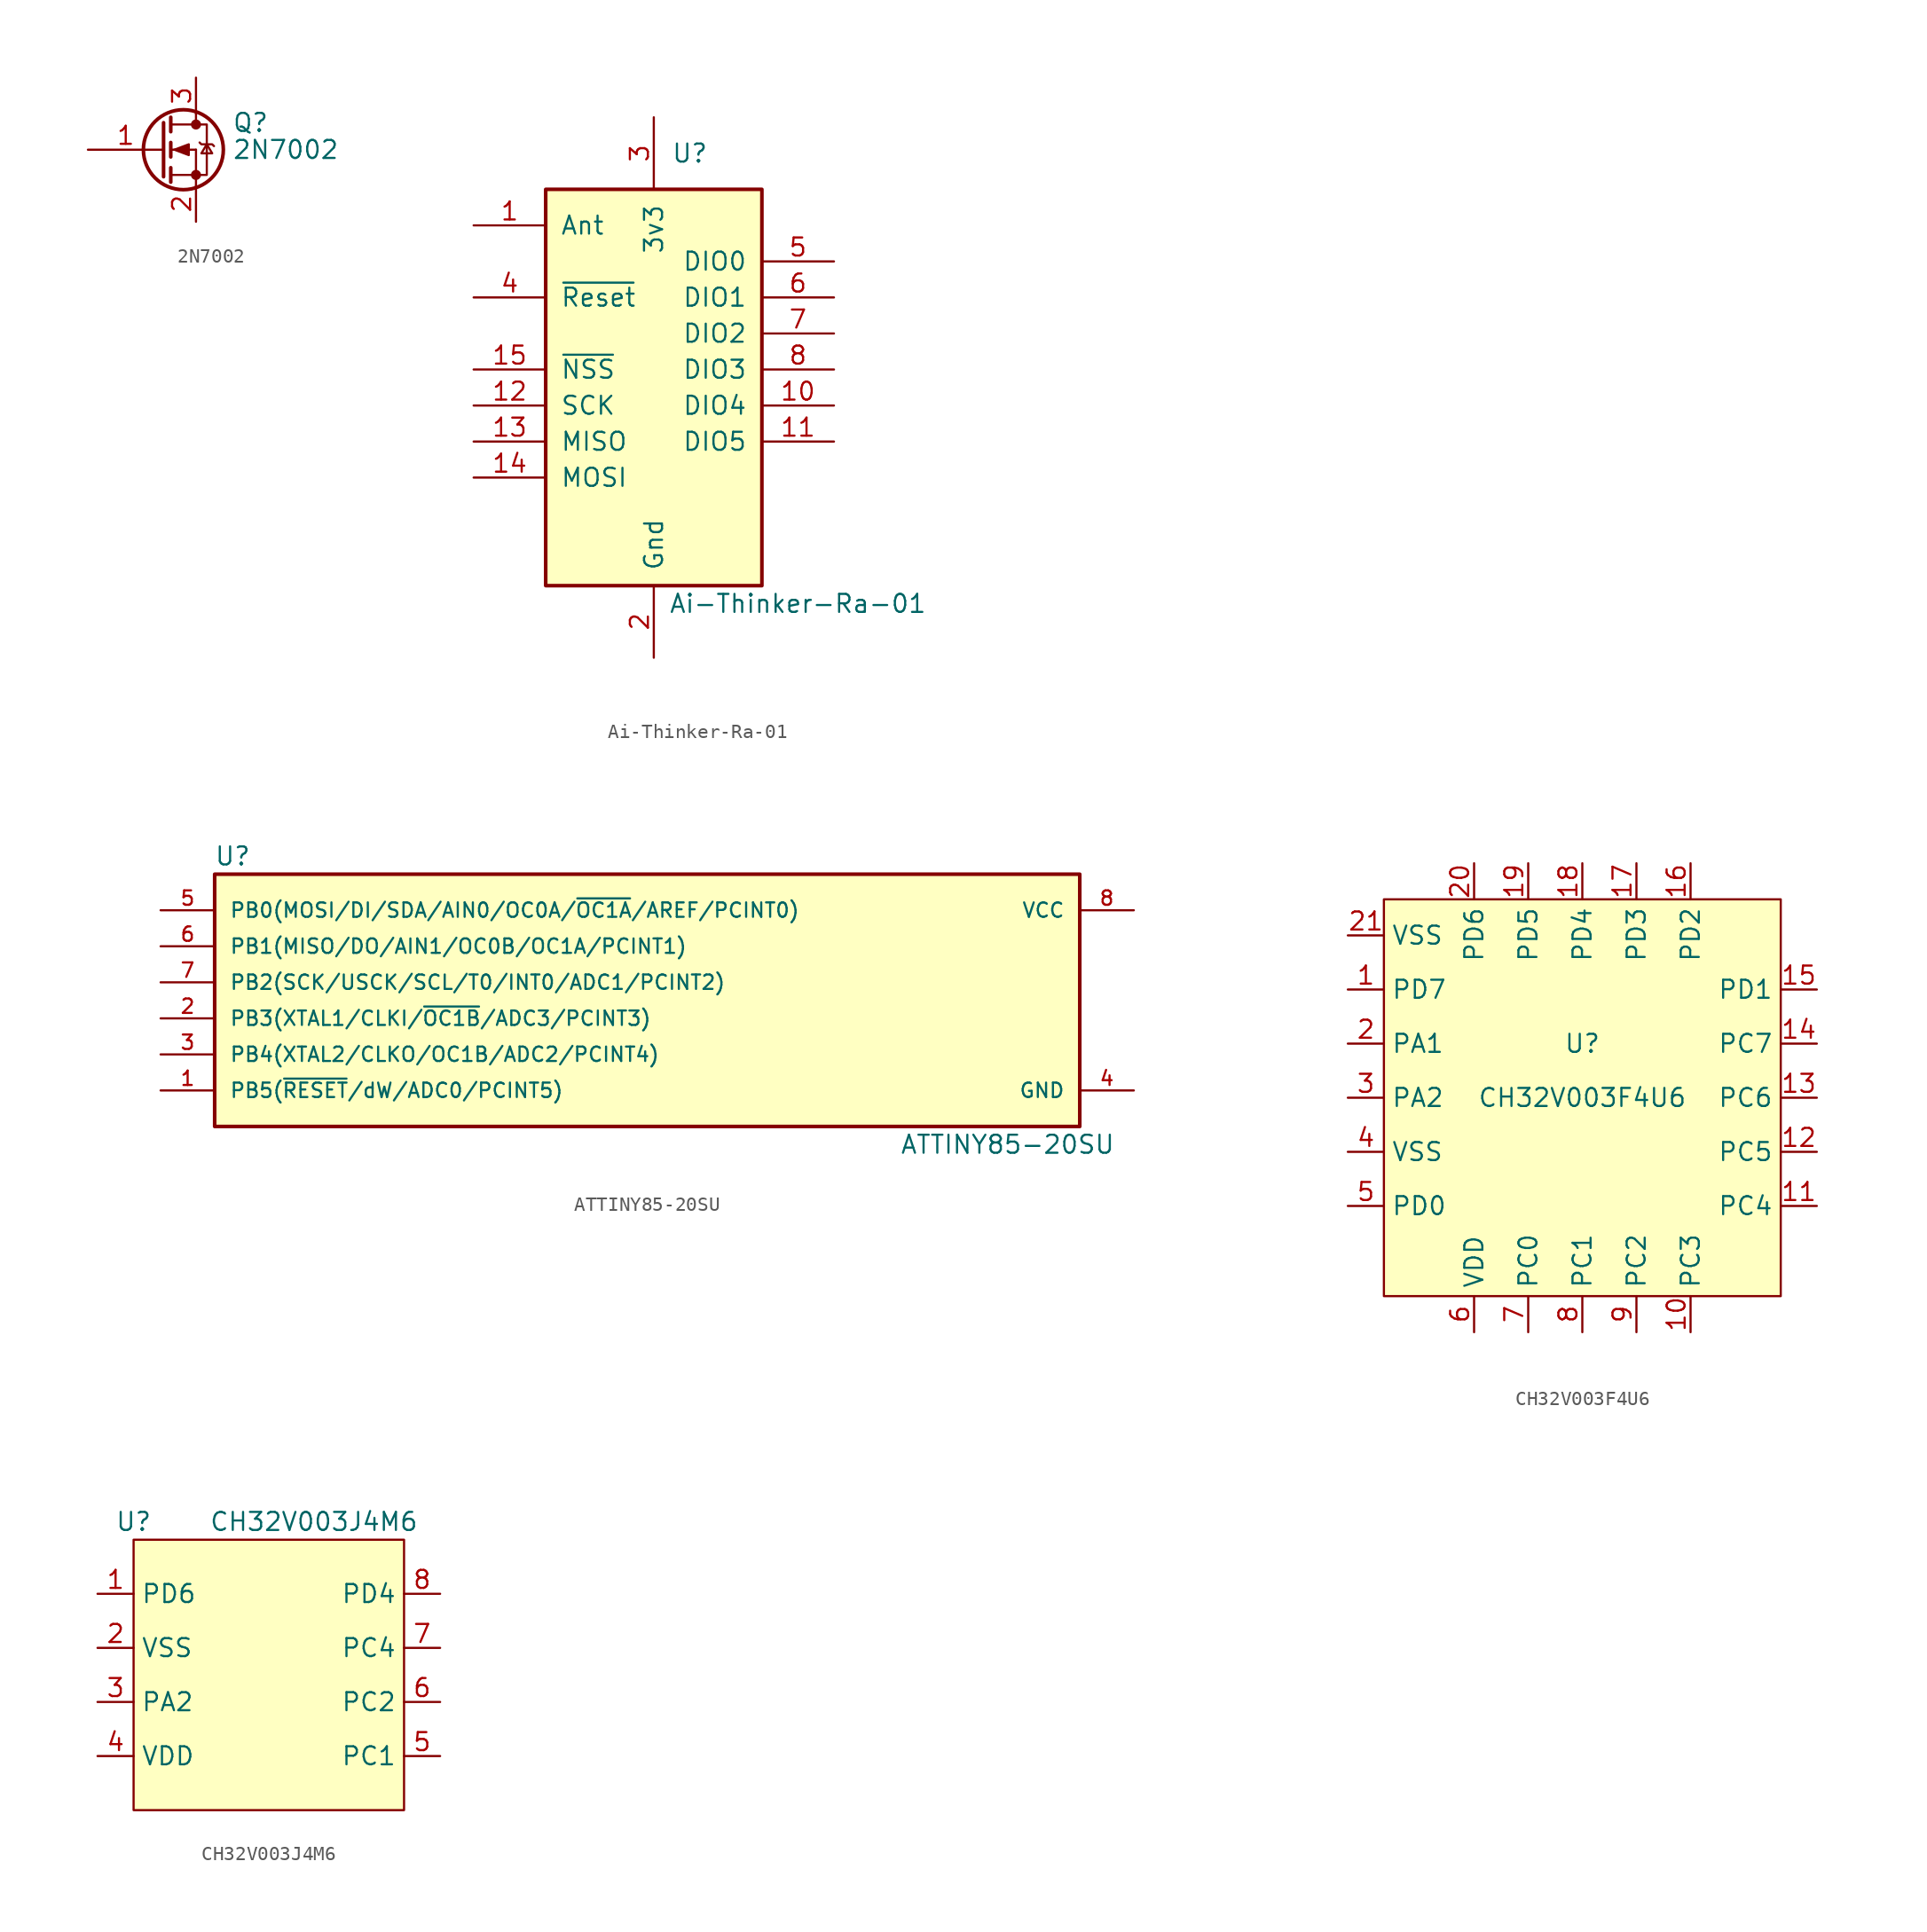
<source format=kicad_sym>
(kicad_symbol_lib
  (version 20231120)
  (generator "kicad_symbol_editor")
  (generator_version "8.0")
  (symbol "2N7002"
    (pin_names
      (offset 0) hide)
    (property "Reference" "Q"
      (at 5.08 1.905 0)
      (effects (font (size 1.27 1.27)) (justify left)))
    (property "Value" "2N7002"
      (at 5.08 0 0)
      (effects (font (size 1.27 1.27)) (justify left)))
    (symbol "2N7002_0_1"
      (polyline (pts (xy 0.762 -1.778) (xy 2.54 -1.778)) (stroke (width 0) (type default)) (fill (type none)))
      (polyline (pts (xy 0.762 -1.27) (xy 0.762 -2.286)) (stroke (width 0.254) (type default)) (fill (type none)))
      (polyline (pts (xy 0.762 0) (xy 2.54 0)) (stroke (width 0) (type default)) (fill (type none)))
      (polyline (pts (xy 0.762 0.508) (xy 0.762 -0.508)) (stroke (width 0.254) (type default)) (fill (type none)))
      (polyline (pts (xy 0.762 1.778) (xy 2.54 1.778)) (stroke (width 0) (type default)) (fill (type none)))
      (polyline (pts (xy 0.762 2.286) (xy 0.762 1.27)) (stroke (width 0.254) (type default)) (fill (type none)))
      (polyline (pts (xy 2.54 -1.778) (xy 2.54 -2.54)) (stroke (width 0) (type default)) (fill (type none)))
      (polyline (pts (xy 2.54 -1.778) (xy 2.54 0)) (stroke (width 0) (type default)) (fill (type none)))
      (polyline (pts (xy 2.54 2.54) (xy 2.54 1.778)) (stroke (width 0) (type default)) (fill (type none)))
      (polyline (pts (xy 0.254 1.905) (xy 0.254 -1.905) (xy 0.254 -1.905)) (stroke (width 0.254) (type default)) (fill (type none)))
      (polyline (pts (xy 1.016 0) (xy 2.032 0.381) (xy 2.032 -0.381) (xy 1.016 0)) (stroke (width 0) (type default)) (fill (type outline)))
      (polyline (pts (xy 2.54 -1.778) (xy 3.302 -1.778) (xy 3.302 1.778) (xy 2.54 1.778)) (stroke (width 0) (type default)) (fill (type none)))
      (polyline (pts (xy 2.794 0.508) (xy 2.921 0.381) (xy 3.683 0.381) (xy 3.81 0.254)) (stroke (width 0) (type default)) (fill (type none)))
      (polyline (pts (xy 3.302 0.381) (xy 2.921 -0.254) (xy 3.683 -0.254) (xy 3.302 0.381)) (stroke (width 0) (type default)) (fill (type none)))
      (circle (center 1.651 0) (radius 2.819) (stroke (width 0.254) (type default)) (fill (type none)))
      (circle (center 2.54 -1.778) (radius 0.279) (stroke (width 0) (type default)) (fill (type outline)))
      (circle (center 2.54 1.778) (radius 0.279) (stroke (width 0) (type default)) (fill (type outline))))
    (symbol "2N7002_1_1"
      (pin input line (at -5.08 0 0) (length 5.334) (name "G" (effects (font (size 1.27 1.27)))) (number "1" (effects (font (size 1.27 1.27)))))
      (pin passive line (at 2.54 -5.08 90) (length 2.54) (name "S" (effects (font (size 1.27 1.27)))) (number "2" (effects (font (size 1.27 1.27)))))
      (pin passive line (at 2.54 5.08 270) (length 2.54) (name "D" (effects (font (size 1.27 1.27)))) (number "3" (effects (font (size 1.27 1.27)))))))
  (symbol "Ai-Thinker-Ra-01"
    (pin_names
      (offset 1.016))
    (property "Reference" "U"
      (at 2.54 17.78 0)
      (effects (font (size 1.27 1.27))))
    (property "Value" "Ai-Thinker-Ra-01"
      (at 10.16 -13.97 0)
      (effects (font (size 1.27 1.27))))
    (symbol "Ai-Thinker-Ra-01_0_1"
      (rectangle (start -7.62 15.24) (end 7.62 -12.7) (stroke (width 0.254) (type default)) (fill (type background))))
    (symbol "Ai-Thinker-Ra-01_1_1"
      (pin input line (at -12.7 12.7 0) (length 5.08) (name "Ant" (effects (font (size 1.27 1.27)))) (number "1" (effects (font (size 1.27 1.27)))))
      (pin bidirectional line (at 12.7 0 180) (length 5.08) (name "DIO4" (effects (font (size 1.27 1.27)))) (number "10" (effects (font (size 1.27 1.27)))))
      (pin bidirectional line (at 12.7 -2.54 180) (length 5.08) (name "DIO5" (effects (font (size 1.27 1.27)))) (number "11" (effects (font (size 1.27 1.27)))))
      (pin bidirectional line (at -12.7 0 0) (length 5.08) (name "SCK" (effects (font (size 1.27 1.27)))) (number "12" (effects (font (size 1.27 1.27)))))
      (pin output line (at -12.7 -2.54 0) (length 5.08) (name "MISO" (effects (font (size 1.27 1.27)))) (number "13" (effects (font (size 1.27 1.27)))))
      (pin input line (at -12.7 -5.08 0) (length 5.08) (name "MOSI" (effects (font (size 1.27 1.27)))) (number "14" (effects (font (size 1.27 1.27)))))
      (pin input line (at -12.7 2.54 0) (length 5.08) (name "~{NSS}" (effects (font (size 1.27 1.27)))) (number "15" (effects (font (size 1.27 1.27)))))
      (pin passive line (at 0 -17.78 90) (length 5.08) hide (name "Gnd" (effects (font (size 1.27 1.27)))) (number "16" (effects (font (size 1.27 1.27)))))
      (pin power_in line (at 0 -17.78 90) (length 5.08) (name "Gnd" (effects (font (size 1.27 1.27)))) (number "2" (effects (font (size 1.27 1.27)))))
      (pin power_in line (at 0 20.32 270) (length 5.08) (name "3v3" (effects (font (size 1.27 1.27)))) (number "3" (effects (font (size 1.27 1.27)))))
      (pin input line (at -12.7 7.62 0) (length 5.08) (name "~{Reset}" (effects (font (size 1.27 1.27)))) (number "4" (effects (font (size 1.27 1.27)))))
      (pin bidirectional line (at 12.7 10.16 180) (length 5.08) (name "DIO0" (effects (font (size 1.27 1.27)))) (number "5" (effects (font (size 1.27 1.27)))))
      (pin bidirectional line (at 12.7 7.62 180) (length 5.08) (name "DIO1" (effects (font (size 1.27 1.27)))) (number "6" (effects (font (size 1.27 1.27)))))
      (pin bidirectional line (at 12.7 5.08 180) (length 5.08) (name "DIO2" (effects (font (size 1.27 1.27)))) (number "7" (effects (font (size 1.27 1.27)))))
      (pin bidirectional line (at 12.7 2.54 180) (length 5.08) (name "DIO3" (effects (font (size 1.27 1.27)))) (number "8" (effects (font (size 1.27 1.27)))))
      (pin passive line (at 0 -17.78 90) (length 5.08) hide (name "Gnd" (effects (font (size 1.27 1.27)))) (number "9" (effects (font (size 1.27 1.27)))))))
  (symbol "ATTINY85-20SU"
    (pin_names
      (offset 1.016))
    (property "Reference" "U"
      (at -29.21 10.16 0)
      (effects (font (size 1.27 1.27))))
    (property "Value" "ATTINY85-20SU"
      (at 25.4 -10.16 0)
      (effects (font (size 1.27 1.27))))
    (symbol "ATTINY85-20SU_0_1"
      (rectangle (start -30.48 8.89) (end 30.48 -8.89) (stroke (width 0.254) (type default)) (fill (type background))))
    (symbol "ATTINY85-20SU_1_1"
      (pin bidirectional line (at -34.29 -6.35 0) (length 3.81) (name "PB5(~{RESET}/dW/ADC0/PCINT5)" (effects (font (size 1.016 1.016)))) (number "1" (effects (font (size 1.016 1.016)))))
      (pin bidirectional line (at -34.29 -1.27 0) (length 3.81) (name "PB3(XTAL1/CLKI/~{OC1B}/ADC3/PCINT3)" (effects (font (size 1.016 1.016)))) (number "2" (effects (font (size 1.016 1.016)))))
      (pin bidirectional line (at -34.29 -3.81 0) (length 3.81) (name "PB4(XTAL2/CLKO/OC1B/ADC2/PCINT4)" (effects (font (size 1.016 1.016)))) (number "3" (effects (font (size 1.016 1.016)))))
      (pin power_in line (at 34.29 -6.35 180) (length 3.81) (name "GND" (effects (font (size 1.016 1.016)))) (number "4" (effects (font (size 1.016 1.016)))))
      (pin bidirectional line (at -34.29 6.35 0) (length 3.81) (name "PB0(MOSI/DI/SDA/AIN0/OC0A/~{OC1A}/AREF/PCINT0)" (effects (font (size 1.016 1.016)))) (number "5" (effects (font (size 1.016 1.016)))))
      (pin bidirectional line (at -34.29 3.81 0) (length 3.81) (name "PB1(MISO/DO/AIN1/OC0B/OC1A/PCINT1)" (effects (font (size 1.016 1.016)))) (number "6" (effects (font (size 1.016 1.016)))))
      (pin bidirectional line (at -34.29 1.27 0) (length 3.81) (name "PB2(SCK/USCK/SCL/T0/INT0/ADC1/PCINT2)" (effects (font (size 1.016 1.016)))) (number "7" (effects (font (size 1.016 1.016)))))
      (pin power_in line (at 34.29 6.35 180) (length 3.81) (name "VCC" (effects (font (size 1.016 1.016)))) (number "8" (effects (font (size 1.016 1.016)))))))
  (symbol "CH32V003F4U6"
    (property "Reference" "U"
      (at 0 2.54 0)
      (effects (font (size 1.27 1.27))))
    (property "Value" "CH32V003F4U6"
      (at 0 -1.27 0)
      (effects (font (size 1.27 1.27))))
    (symbol "CH32V003F4U6_0_1"
      (rectangle (start -13.97 12.7) (end 13.97 -15.24) (stroke (width 0) (type default)) (fill (type background))))
    (symbol "CH32V003F4U6_1_1"
      (pin bidirectional line (at -16.51 6.35 0) (length 2.54) (name "PD7" (effects (font (size 1.27 1.27)))) (number "1" (effects (font (size 1.27 1.27)))))
      (pin bidirectional line (at 7.62 -17.78 90) (length 2.54) (name "PC3" (effects (font (size 1.27 1.27)))) (number "10" (effects (font (size 1.27 1.27)))))
      (pin bidirectional line (at 16.51 -8.89 180) (length 2.54) (name "PC4" (effects (font (size 1.27 1.27)))) (number "11" (effects (font (size 1.27 1.27)))))
      (pin bidirectional line (at 16.51 -5.08 180) (length 2.54) (name "PC5" (effects (font (size 1.27 1.27)))) (number "12" (effects (font (size 1.27 1.27)))))
      (pin bidirectional line (at 16.51 -1.27 180) (length 2.54) (name "PC6" (effects (font (size 1.27 1.27)))) (number "13" (effects (font (size 1.27 1.27)))))
      (pin bidirectional line (at 16.51 2.54 180) (length 2.54) (name "PC7" (effects (font (size 1.27 1.27)))) (number "14" (effects (font (size 1.27 1.27)))))
      (pin bidirectional line (at 16.51 6.35 180) (length 2.54) (name "PD1" (effects (font (size 1.27 1.27)))) (number "15" (effects (font (size 1.27 1.27)))))
      (pin bidirectional line (at 7.62 15.24 270) (length 2.54) (name "PD2" (effects (font (size 1.27 1.27)))) (number "16" (effects (font (size 1.27 1.27)))))
      (pin bidirectional line (at 3.81 15.24 270) (length 2.54) (name "PD3" (effects (font (size 1.27 1.27)))) (number "17" (effects (font (size 1.27 1.27)))))
      (pin bidirectional line (at 0 15.24 270) (length 2.54) (name "PD4" (effects (font (size 1.27 1.27)))) (number "18" (effects (font (size 1.27 1.27)))))
      (pin bidirectional line (at -3.81 15.24 270) (length 2.54) (name "PD5" (effects (font (size 1.27 1.27)))) (number "19" (effects (font (size 1.27 1.27)))))
      (pin bidirectional line (at -16.51 2.54 0) (length 2.54) (name "PA1" (effects (font (size 1.27 1.27)))) (number "2" (effects (font (size 1.27 1.27)))))
      (pin bidirectional line (at -7.62 15.24 270) (length 2.54) (name "PD6" (effects (font (size 1.27 1.27)))) (number "20" (effects (font (size 1.27 1.27)))))
      (pin power_in line (at -16.51 10.16 0) (length 2.54) (name "VSS" (effects (font (size 1.27 1.27)))) (number "21" (effects (font (size 1.27 1.27)))))
      (pin bidirectional line (at -16.51 -1.27 0) (length 2.54) (name "PA2" (effects (font (size 1.27 1.27)))) (number "3" (effects (font (size 1.27 1.27)))))
      (pin power_in line (at -16.51 -5.08 0) (length 2.54) (name "VSS" (effects (font (size 1.27 1.27)))) (number "4" (effects (font (size 1.27 1.27)))))
      (pin bidirectional line (at -16.51 -8.89 0) (length 2.54) (name "PD0" (effects (font (size 1.27 1.27)))) (number "5" (effects (font (size 1.27 1.27)))))
      (pin power_in line (at -7.62 -17.78 90) (length 2.54) (name "VDD" (effects (font (size 1.27 1.27)))) (number "6" (effects (font (size 1.27 1.27)))))
      (pin bidirectional line (at -3.81 -17.78 90) (length 2.54) (name "PC0" (effects (font (size 1.27 1.27)))) (number "7" (effects (font (size 1.27 1.27)))))
      (pin bidirectional line (at 0 -17.78 90) (length 2.54) (name "PC1" (effects (font (size 1.27 1.27)))) (number "8" (effects (font (size 1.27 1.27)))))
      (pin bidirectional line (at 3.81 -17.78 90) (length 2.54) (name "PC2" (effects (font (size 1.27 1.27)))) (number "9" (effects (font (size 1.27 1.27)))))))
  (symbol "CH32V003J4M6"
    (property "Reference" "U"
      (at -10.16 -1.27 0)
      (effects (font (size 1.27 1.27))))
    (property "Value" "CH32V003J4M6"
      (at 2.54 -1.27 0)
      (effects (font (size 1.27 1.27))))
    (symbol "CH32V003J4M6_0_1"
      (rectangle (start -10.16 -2.54) (end 8.89 -21.59) (stroke (width 0) (type default)) (fill (type background))))
    (symbol "CH32V003J4M6_1_1"
      (pin bidirectional line (at -12.7 -6.35 0) (length 2.54) (name "PD6" (effects (font (size 1.27 1.27)))) (number "1" (effects (font (size 1.27 1.27)))))
      (pin power_in line (at -12.7 -10.16 0) (length 2.54) (name "VSS" (effects (font (size 1.27 1.27)))) (number "2" (effects (font (size 1.27 1.27)))))
      (pin bidirectional line (at -12.7 -13.97 0) (length 2.54) (name "PA2" (effects (font (size 1.27 1.27)))) (number "3" (effects (font (size 1.27 1.27)))))
      (pin power_in line (at -12.7 -17.78 0) (length 2.54) (name "VDD" (effects (font (size 1.27 1.27)))) (number "4" (effects (font (size 1.27 1.27)))))
      (pin bidirectional line (at 11.43 -17.78 180) (length 2.54) (name "PC1" (effects (font (size 1.27 1.27)))) (number "5" (effects (font (size 1.27 1.27)))))
      (pin bidirectional line (at 11.43 -13.97 180) (length 2.54) (name "PC2" (effects (font (size 1.27 1.27)))) (number "6" (effects (font (size 1.27 1.27)))))
      (pin bidirectional line (at 11.43 -10.16 180) (length 2.54) (name "PC4" (effects (font (size 1.27 1.27)))) (number "7" (effects (font (size 1.27 1.27)))))
      (pin bidirectional line (at 11.43 -6.35 180) (length 2.54) (name "PD4" (effects (font (size 1.27 1.27)))) (number "8" (effects (font (size 1.27 1.27))))))))
</source>
